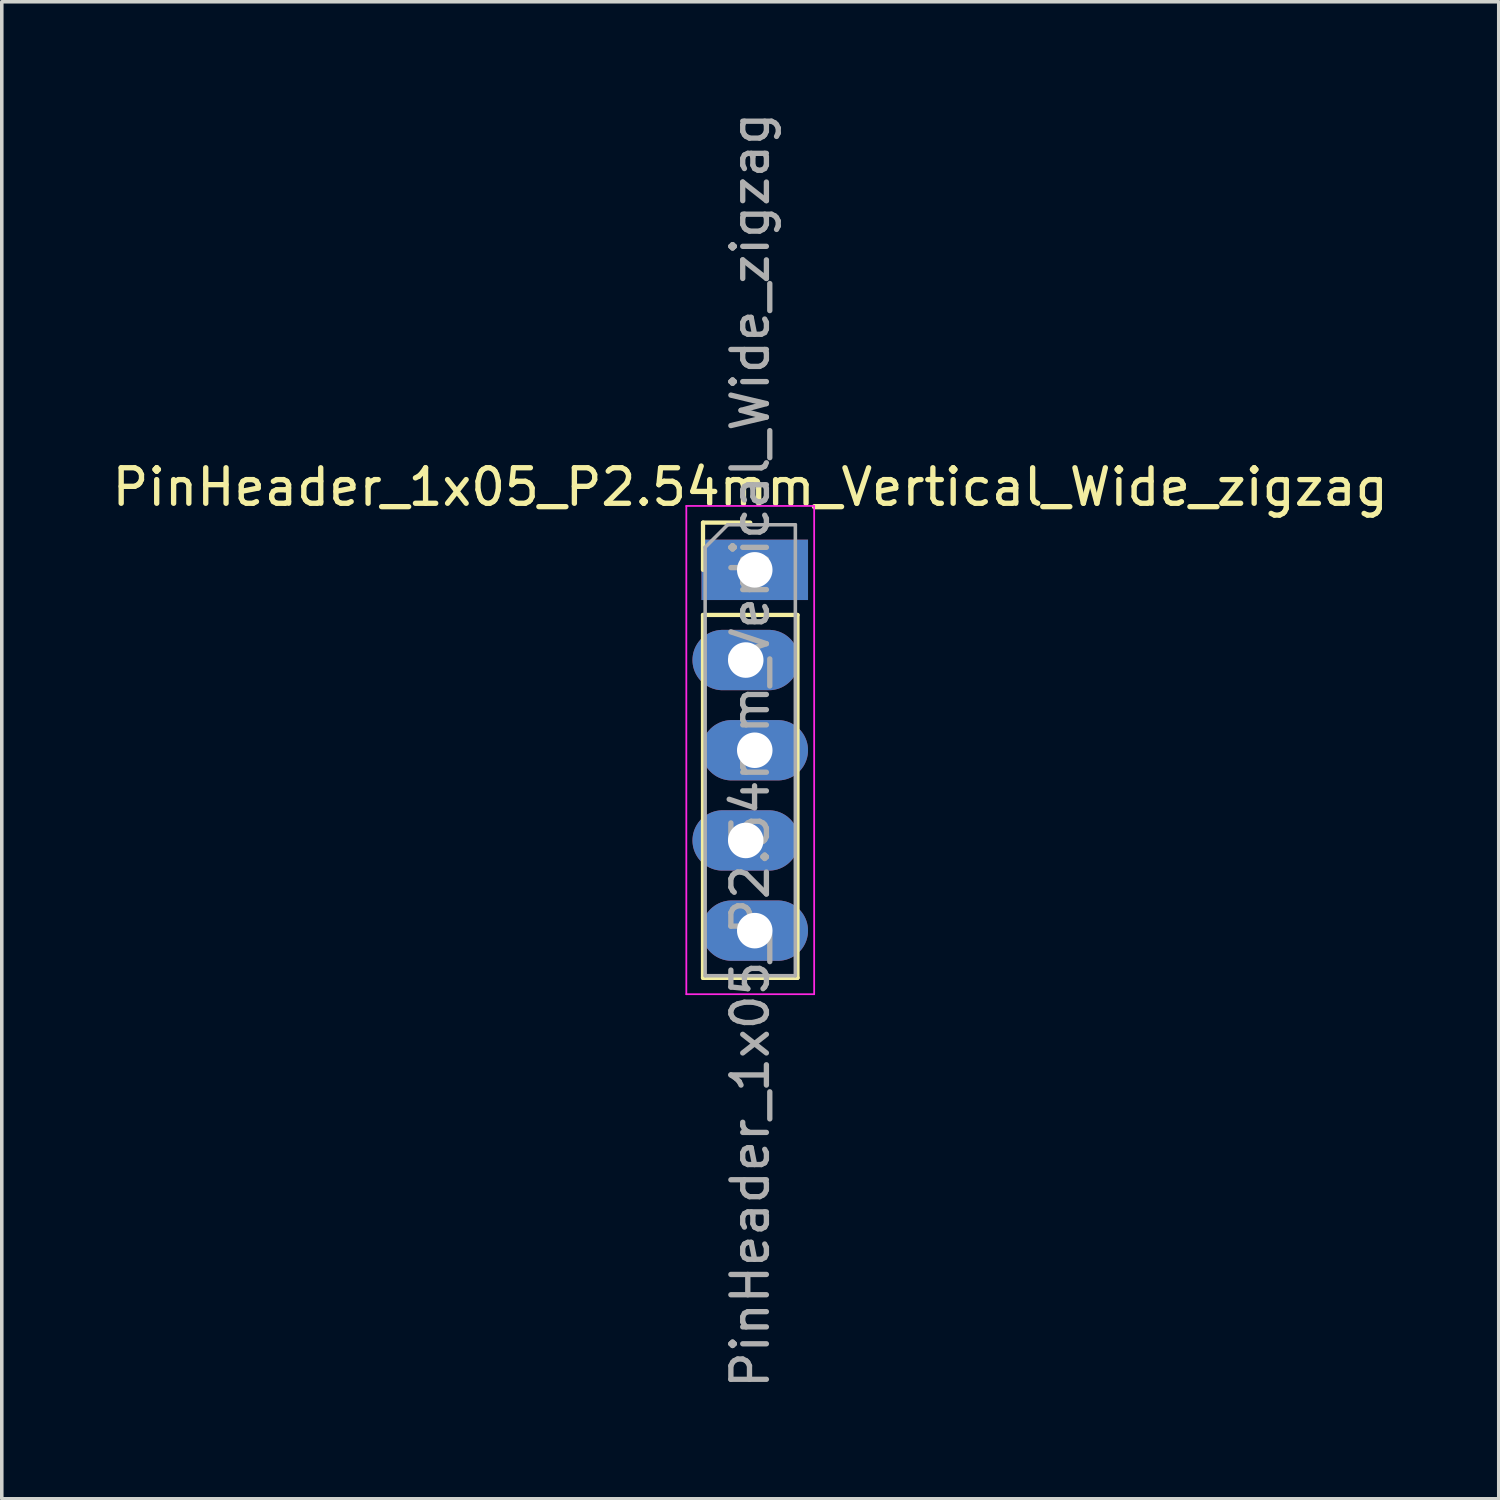
<source format=kicad_pcb>
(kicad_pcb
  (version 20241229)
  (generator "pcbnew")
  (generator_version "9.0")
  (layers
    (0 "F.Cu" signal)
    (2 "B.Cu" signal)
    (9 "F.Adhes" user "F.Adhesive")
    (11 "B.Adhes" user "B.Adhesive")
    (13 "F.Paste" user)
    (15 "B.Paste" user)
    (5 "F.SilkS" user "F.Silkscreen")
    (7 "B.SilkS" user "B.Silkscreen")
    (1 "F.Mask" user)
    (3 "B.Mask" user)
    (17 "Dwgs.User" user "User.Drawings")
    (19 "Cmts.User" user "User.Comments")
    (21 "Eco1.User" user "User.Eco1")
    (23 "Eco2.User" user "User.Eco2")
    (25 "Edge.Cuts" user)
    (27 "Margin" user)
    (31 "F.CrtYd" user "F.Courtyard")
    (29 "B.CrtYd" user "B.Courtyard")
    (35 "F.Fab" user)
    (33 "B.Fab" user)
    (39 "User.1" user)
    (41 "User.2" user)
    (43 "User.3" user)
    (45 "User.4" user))
  (footprint "PinHeader_1x05_P2.54mm_Vertical_Wide_zigzag"
    (layer "F.Cu")
    (at 18.077 12.997)
    (property "Reference" "PinHeader_1x05_P2.54mm_Vertical_Wide_zigzag" (at 0 -2.33 0) (layer "F.SilkS") (effects (font (size 1 1) (thickness 0.15))))
    (attr through_hole)
    (fp_line (start -1.33 -1.33) (end 0 -1.33) (stroke (width 0.12) (type solid)) (layer "F.SilkS"))
    (fp_line (start -1.33 0) (end -1.33 -1.33) (stroke (width 0.12) (type solid)) (layer "F.SilkS"))
    (fp_line (start -1.33 1.27) (end -1.33 11.49) (stroke (width 0.12) (type solid)) (layer "F.SilkS"))
    (fp_line (start -1.33 1.27) (end 1.33 1.27) (stroke (width 0.12) (type solid)) (layer "F.SilkS"))
    (fp_line (start -1.33 11.49) (end 1.33 11.49) (stroke (width 0.12) (type solid)) (layer "F.SilkS"))
    (fp_line (start 1.33 1.27) (end 1.33 11.49) (stroke (width 0.12) (type solid)) (layer "F.SilkS"))
    (fp_line (start -1.8 -1.8) (end -1.8 11.95) (stroke (width 0.05) (type solid)) (layer "F.CrtYd"))
    (fp_line (start -1.8 11.95) (end 1.8 11.95) (stroke (width 0.05) (type solid)) (layer "F.CrtYd"))
    (fp_line (start 1.8 -1.8) (end -1.8 -1.8) (stroke (width 0.05) (type solid)) (layer "F.CrtYd"))
    (fp_line (start 1.8 11.95) (end 1.8 -1.8) (stroke (width 0.05) (type solid)) (layer "F.CrtYd"))
    (fp_line (start -1.27 -0.635) (end -0.635 -1.27) (stroke (width 0.1) (type solid)) (layer "F.Fab"))
    (fp_line (start -1.27 11.43) (end -1.27 -0.635) (stroke (width 0.1) (type solid)) (layer "F.Fab"))
    (fp_line (start -0.635 -1.27) (end 1.27 -1.27) (stroke (width 0.1) (type solid)) (layer "F.Fab"))
    (fp_line (start 1.27 -1.27) (end 1.27 11.43) (stroke (width 0.1) (type solid)) (layer "F.Fab"))
    (fp_line (start 1.27 11.43) (end -1.27 11.43) (stroke (width 0.1) (type solid)) (layer "F.Fab"))
    (fp_text user "${REFERENCE}" (at 0 5.08 90) (layer "F.Fab") (effects (font (size 1 1) (thickness 0.15))))
    (pad "1" thru_hole rect (at 0.127 0) (size 3 1.7) (drill 1) (layers "*.Cu" "*.Mask"))
    (pad "2" thru_hole oval (at -0.127 2.54) (size 3 1.7) (drill 1) (layers "*.Cu" "*.Mask"))
    (pad "3" thru_hole oval (at 0.127 5.08) (size 3 1.7) (drill 1) (layers "*.Cu" "*.Mask"))
    (pad "4" thru_hole oval (at -0.127 7.62) (size 3 1.7) (drill 1) (layers "*.Cu" "*.Mask"))
    (pad "5" thru_hole oval (at 0.127 10.16) (size 3 1.7) (drill 1) (layers "*.Cu" "*.Mask")))
  (gr_rect
    (start -3 -3)
    (end 39.155 39.155)
    (stroke (width 0.1) (type default))
    (fill no)
    (layer "Edge.Cuts")))
</source>
